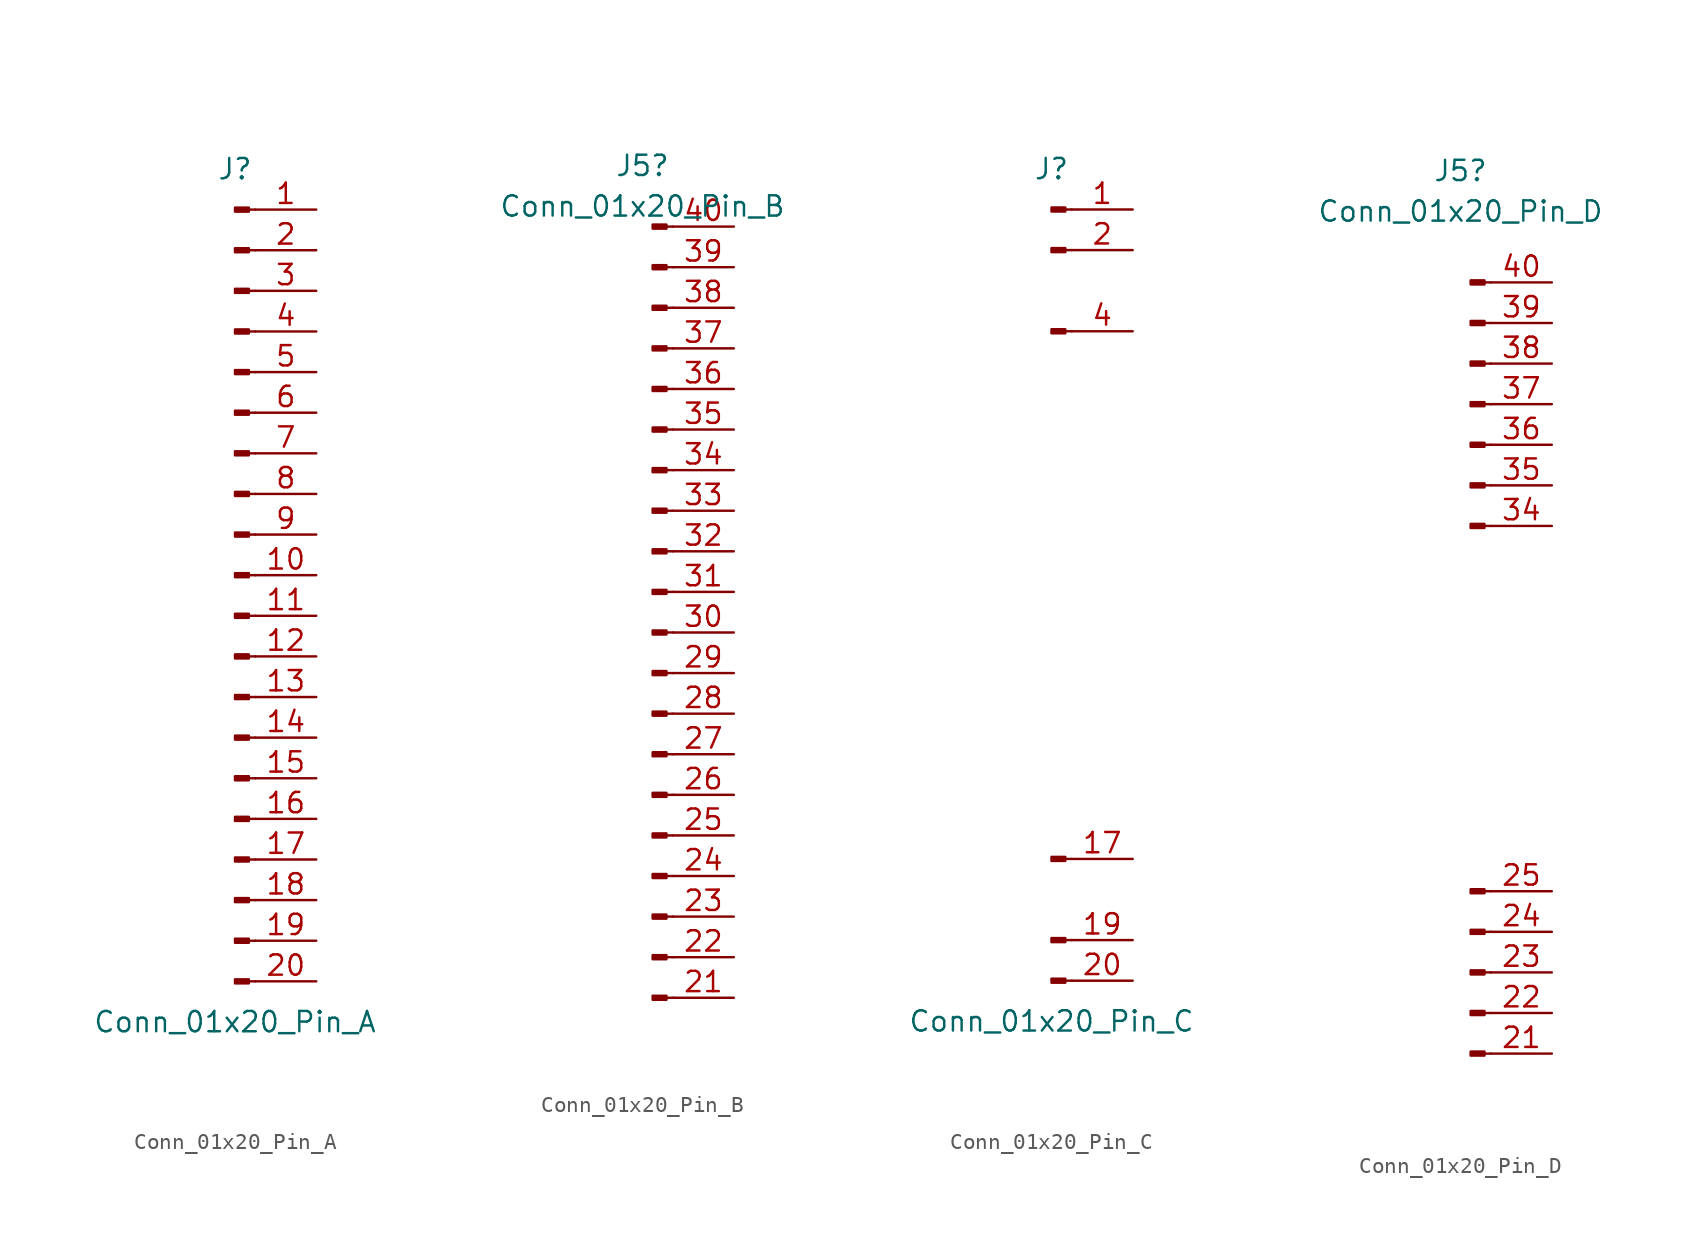
<source format=kicad_sym>
(kicad_symbol_lib
  (version 20220914)
  (generator kicad_symbol_editor)
  (symbol "Conn_01x20_Pin_A"
    (pin_names
      (offset 1.016) hide)
    (property "Reference" "J"
      (at 0 25.4 0)
      (effects (font (size 1.27 1.27))))
    (property "Value" "Conn_01x20_Pin_A"
      (at 0 -27.94 0)
      (effects (font (size 1.27 1.27))))
    (property "ki_locked" ""
      (at 0 0 0)
      (effects (font (size 1.27 1.27))))
    (symbol "Conn_01x20_Pin_A_1_1"
      (polyline (pts (xy 1.27 -25.4) (xy 0.864 -25.4)) (stroke (width 0.152) (type default)) (fill (type none)))
      (polyline (pts (xy 1.27 -22.86) (xy 0.864 -22.86)) (stroke (width 0.152) (type default)) (fill (type none)))
      (polyline (pts (xy 1.27 -20.32) (xy 0.864 -20.32)) (stroke (width 0.152) (type default)) (fill (type none)))
      (polyline (pts (xy 1.27 -17.78) (xy 0.864 -17.78)) (stroke (width 0.152) (type default)) (fill (type none)))
      (polyline (pts (xy 1.27 -15.24) (xy 0.864 -15.24)) (stroke (width 0.152) (type default)) (fill (type none)))
      (polyline (pts (xy 1.27 -12.7) (xy 0.864 -12.7)) (stroke (width 0.152) (type default)) (fill (type none)))
      (polyline (pts (xy 1.27 -10.16) (xy 0.864 -10.16)) (stroke (width 0.152) (type default)) (fill (type none)))
      (polyline (pts (xy 1.27 -7.62) (xy 0.864 -7.62)) (stroke (width 0.152) (type default)) (fill (type none)))
      (polyline (pts (xy 1.27 -5.08) (xy 0.864 -5.08)) (stroke (width 0.152) (type default)) (fill (type none)))
      (polyline (pts (xy 1.27 -2.54) (xy 0.864 -2.54)) (stroke (width 0.152) (type default)) (fill (type none)))
      (polyline (pts (xy 1.27 0) (xy 0.864 0)) (stroke (width 0.152) (type default)) (fill (type none)))
      (polyline (pts (xy 1.27 2.54) (xy 0.864 2.54)) (stroke (width 0.152) (type default)) (fill (type none)))
      (polyline (pts (xy 1.27 5.08) (xy 0.864 5.08)) (stroke (width 0.152) (type default)) (fill (type none)))
      (polyline (pts (xy 1.27 7.62) (xy 0.864 7.62)) (stroke (width 0.152) (type default)) (fill (type none)))
      (polyline (pts (xy 1.27 10.16) (xy 0.864 10.16)) (stroke (width 0.152) (type default)) (fill (type none)))
      (polyline (pts (xy 1.27 12.7) (xy 0.864 12.7)) (stroke (width 0.152) (type default)) (fill (type none)))
      (polyline (pts (xy 1.27 15.24) (xy 0.864 15.24)) (stroke (width 0.152) (type default)) (fill (type none)))
      (polyline (pts (xy 1.27 17.78) (xy 0.864 17.78)) (stroke (width 0.152) (type default)) (fill (type none)))
      (polyline (pts (xy 1.27 20.32) (xy 0.864 20.32)) (stroke (width 0.152) (type default)) (fill (type none)))
      (polyline (pts (xy 1.27 22.86) (xy 0.864 22.86)) (stroke (width 0.152) (type default)) (fill (type none)))
      (rectangle (start 0.864 -25.273) (end 0 -25.527) (stroke (width 0.152) (type default)) (fill (type outline)))
      (rectangle (start 0.864 -22.733) (end 0 -22.987) (stroke (width 0.152) (type default)) (fill (type outline)))
      (rectangle (start 0.864 -20.193) (end 0 -20.447) (stroke (width 0.152) (type default)) (fill (type outline)))
      (rectangle (start 0.864 -17.653) (end 0 -17.907) (stroke (width 0.152) (type default)) (fill (type outline)))
      (rectangle (start 0.864 -15.113) (end 0 -15.367) (stroke (width 0.152) (type default)) (fill (type outline)))
      (rectangle (start 0.864 -12.573) (end 0 -12.827) (stroke (width 0.152) (type default)) (fill (type outline)))
      (rectangle (start 0.864 -10.033) (end 0 -10.287) (stroke (width 0.152) (type default)) (fill (type outline)))
      (rectangle (start 0.864 -7.493) (end 0 -7.747) (stroke (width 0.152) (type default)) (fill (type outline)))
      (rectangle (start 0.864 -4.953) (end 0 -5.207) (stroke (width 0.152) (type default)) (fill (type outline)))
      (rectangle (start 0.864 -2.413) (end 0 -2.667) (stroke (width 0.152) (type default)) (fill (type outline)))
      (rectangle (start 0.864 0.127) (end 0 -0.127) (stroke (width 0.152) (type default)) (fill (type outline)))
      (rectangle (start 0.864 2.667) (end 0 2.413) (stroke (width 0.152) (type default)) (fill (type outline)))
      (rectangle (start 0.864 5.207) (end 0 4.953) (stroke (width 0.152) (type default)) (fill (type outline)))
      (rectangle (start 0.864 7.747) (end 0 7.493) (stroke (width 0.152) (type default)) (fill (type outline)))
      (rectangle (start 0.864 10.287) (end 0 10.033) (stroke (width 0.152) (type default)) (fill (type outline)))
      (rectangle (start 0.864 12.827) (end 0 12.573) (stroke (width 0.152) (type default)) (fill (type outline)))
      (rectangle (start 0.864 15.367) (end 0 15.113) (stroke (width 0.152) (type default)) (fill (type outline)))
      (rectangle (start 0.864 17.907) (end 0 17.653) (stroke (width 0.152) (type default)) (fill (type outline)))
      (rectangle (start 0.864 20.447) (end 0 20.193) (stroke (width 0.152) (type default)) (fill (type outline)))
      (rectangle (start 0.864 22.987) (end 0 22.733) (stroke (width 0.152) (type default)) (fill (type outline)))
      (pin passive line (at 5.08 22.86 180) (length 3.81) (name "Pin_1" (effects (font (size 1.27 1.27)))) (number "1" (effects (font (size 1.27 1.27)))))
      (pin passive line (at 5.08 0 180) (length 3.81) (name "Pin_10" (effects (font (size 1.27 1.27)))) (number "10" (effects (font (size 1.27 1.27)))))
      (pin passive line (at 5.08 -2.54 180) (length 3.81) (name "Pin_11" (effects (font (size 1.27 1.27)))) (number "11" (effects (font (size 1.27 1.27)))))
      (pin passive line (at 5.08 -5.08 180) (length 3.81) (name "Pin_12" (effects (font (size 1.27 1.27)))) (number "12" (effects (font (size 1.27 1.27)))))
      (pin passive line (at 5.08 -7.62 180) (length 3.81) (name "Pin_13" (effects (font (size 1.27 1.27)))) (number "13" (effects (font (size 1.27 1.27)))))
      (pin passive line (at 5.08 -10.16 180) (length 3.81) (name "Pin_14" (effects (font (size 1.27 1.27)))) (number "14" (effects (font (size 1.27 1.27)))))
      (pin passive line (at 5.08 -12.7 180) (length 3.81) (name "Pin_15" (effects (font (size 1.27 1.27)))) (number "15" (effects (font (size 1.27 1.27)))))
      (pin passive line (at 5.08 -15.24 180) (length 3.81) (name "Pin_16" (effects (font (size 1.27 1.27)))) (number "16" (effects (font (size 1.27 1.27)))))
      (pin passive line (at 5.08 -17.78 180) (length 3.81) (name "Pin_17" (effects (font (size 1.27 1.27)))) (number "17" (effects (font (size 1.27 1.27)))))
      (pin passive line (at 5.08 -20.32 180) (length 3.81) (name "Pin_18" (effects (font (size 1.27 1.27)))) (number "18" (effects (font (size 1.27 1.27)))))
      (pin passive line (at 5.08 -22.86 180) (length 3.81) (name "Pin_19" (effects (font (size 1.27 1.27)))) (number "19" (effects (font (size 1.27 1.27)))))
      (pin passive line (at 5.08 20.32 180) (length 3.81) (name "Pin_2" (effects (font (size 1.27 1.27)))) (number "2" (effects (font (size 1.27 1.27)))))
      (pin passive line (at 5.08 -25.4 180) (length 3.81) (name "Pin_20" (effects (font (size 1.27 1.27)))) (number "20" (effects (font (size 1.27 1.27)))))
      (pin passive line (at 5.08 17.78 180) (length 3.81) (name "Pin_3" (effects (font (size 1.27 1.27)))) (number "3" (effects (font (size 1.27 1.27)))))
      (pin passive line (at 5.08 15.24 180) (length 3.81) (name "Pin_4" (effects (font (size 1.27 1.27)))) (number "4" (effects (font (size 1.27 1.27)))))
      (pin passive line (at 5.08 12.7 180) (length 3.81) (name "Pin_5" (effects (font (size 1.27 1.27)))) (number "5" (effects (font (size 1.27 1.27)))))
      (pin passive line (at 5.08 10.16 180) (length 3.81) (name "Pin_6" (effects (font (size 1.27 1.27)))) (number "6" (effects (font (size 1.27 1.27)))))
      (pin passive line (at 5.08 7.62 180) (length 3.81) (name "Pin_7" (effects (font (size 1.27 1.27)))) (number "7" (effects (font (size 1.27 1.27)))))
      (pin passive line (at 5.08 5.08 180) (length 3.81) (name "Pin_8" (effects (font (size 1.27 1.27)))) (number "8" (effects (font (size 1.27 1.27)))))
      (pin passive line (at 5.08 2.54 180) (length 3.81) (name "Pin_9" (effects (font (size 1.27 1.27)))) (number "9" (effects (font (size 1.27 1.27)))))))
  (symbol "Conn_01x20_Pin_B"
    (pin_names
      (offset 1.016) hide)
    (property "Reference" "J5"
      (at -0.635 26.67 0)
      (effects (font (size 1.27 1.27))))
    (property "Value" "Conn_01x20_Pin_B"
      (at -0.635 24.13 0)
      (effects (font (size 1.27 1.27))))
    (property "ki_locked" ""
      (at 0 0 0)
      (effects (font (size 1.27 1.27))))
    (symbol "Conn_01x20_Pin_B_1_1"
      (polyline (pts (xy 1.27 -25.4) (xy 0.864 -25.4)) (stroke (width 0.152) (type default)) (fill (type none)))
      (polyline (pts (xy 1.27 -22.86) (xy 0.864 -22.86)) (stroke (width 0.152) (type default)) (fill (type none)))
      (polyline (pts (xy 1.27 -20.32) (xy 0.864 -20.32)) (stroke (width 0.152) (type default)) (fill (type none)))
      (polyline (pts (xy 1.27 -17.78) (xy 0.864 -17.78)) (stroke (width 0.152) (type default)) (fill (type none)))
      (polyline (pts (xy 1.27 -15.24) (xy 0.864 -15.24)) (stroke (width 0.152) (type default)) (fill (type none)))
      (polyline (pts (xy 1.27 -12.7) (xy 0.864 -12.7)) (stroke (width 0.152) (type default)) (fill (type none)))
      (polyline (pts (xy 1.27 -10.16) (xy 0.864 -10.16)) (stroke (width 0.152) (type default)) (fill (type none)))
      (polyline (pts (xy 1.27 -7.62) (xy 0.864 -7.62)) (stroke (width 0.152) (type default)) (fill (type none)))
      (polyline (pts (xy 1.27 -5.08) (xy 0.864 -5.08)) (stroke (width 0.152) (type default)) (fill (type none)))
      (polyline (pts (xy 1.27 -2.54) (xy 0.864 -2.54)) (stroke (width 0.152) (type default)) (fill (type none)))
      (polyline (pts (xy 1.27 0) (xy 0.864 0)) (stroke (width 0.152) (type default)) (fill (type none)))
      (polyline (pts (xy 1.27 2.54) (xy 0.864 2.54)) (stroke (width 0.152) (type default)) (fill (type none)))
      (polyline (pts (xy 1.27 5.08) (xy 0.864 5.08)) (stroke (width 0.152) (type default)) (fill (type none)))
      (polyline (pts (xy 1.27 7.62) (xy 0.864 7.62)) (stroke (width 0.152) (type default)) (fill (type none)))
      (polyline (pts (xy 1.27 10.16) (xy 0.864 10.16)) (stroke (width 0.152) (type default)) (fill (type none)))
      (polyline (pts (xy 1.27 12.7) (xy 0.864 12.7)) (stroke (width 0.152) (type default)) (fill (type none)))
      (polyline (pts (xy 1.27 15.24) (xy 0.864 15.24)) (stroke (width 0.152) (type default)) (fill (type none)))
      (polyline (pts (xy 1.27 17.78) (xy 0.864 17.78)) (stroke (width 0.152) (type default)) (fill (type none)))
      (polyline (pts (xy 1.27 20.32) (xy 0.864 20.32)) (stroke (width 0.152) (type default)) (fill (type none)))
      (polyline (pts (xy 1.27 22.86) (xy 0.864 22.86)) (stroke (width 0.152) (type default)) (fill (type none)))
      (rectangle (start 0.864 -25.273) (end 0 -25.527) (stroke (width 0.152) (type default)) (fill (type outline)))
      (rectangle (start 0.864 -22.733) (end 0 -22.987) (stroke (width 0.152) (type default)) (fill (type outline)))
      (rectangle (start 0.864 -20.193) (end 0 -20.447) (stroke (width 0.152) (type default)) (fill (type outline)))
      (rectangle (start 0.864 -17.653) (end 0 -17.907) (stroke (width 0.152) (type default)) (fill (type outline)))
      (rectangle (start 0.864 -15.113) (end 0 -15.367) (stroke (width 0.152) (type default)) (fill (type outline)))
      (rectangle (start 0.864 -12.573) (end 0 -12.827) (stroke (width 0.152) (type default)) (fill (type outline)))
      (rectangle (start 0.864 -10.033) (end 0 -10.287) (stroke (width 0.152) (type default)) (fill (type outline)))
      (rectangle (start 0.864 -7.493) (end 0 -7.747) (stroke (width 0.152) (type default)) (fill (type outline)))
      (rectangle (start 0.864 -4.953) (end 0 -5.207) (stroke (width 0.152) (type default)) (fill (type outline)))
      (rectangle (start 0.864 -2.413) (end 0 -2.667) (stroke (width 0.152) (type default)) (fill (type outline)))
      (rectangle (start 0.864 0.127) (end 0 -0.127) (stroke (width 0.152) (type default)) (fill (type outline)))
      (rectangle (start 0.864 2.667) (end 0 2.413) (stroke (width 0.152) (type default)) (fill (type outline)))
      (rectangle (start 0.864 5.207) (end 0 4.953) (stroke (width 0.152) (type default)) (fill (type outline)))
      (rectangle (start 0.864 7.747) (end 0 7.493) (stroke (width 0.152) (type default)) (fill (type outline)))
      (rectangle (start 0.864 10.287) (end 0 10.033) (stroke (width 0.152) (type default)) (fill (type outline)))
      (rectangle (start 0.864 12.827) (end 0 12.573) (stroke (width 0.152) (type default)) (fill (type outline)))
      (rectangle (start 0.864 15.367) (end 0 15.113) (stroke (width 0.152) (type default)) (fill (type outline)))
      (rectangle (start 0.864 17.907) (end 0 17.653) (stroke (width 0.152) (type default)) (fill (type outline)))
      (rectangle (start 0.864 20.447) (end 0 20.193) (stroke (width 0.152) (type default)) (fill (type outline)))
      (rectangle (start 0.864 22.987) (end 0 22.733) (stroke (width 0.152) (type default)) (fill (type outline)))
      (pin passive line (at 5.08 -25.4 180) (length 3.81) (name "Pin_21" (effects (font (size 1.27 1.27)))) (number "21" (effects (font (size 1.27 1.27)))))
      (pin passive line (at 5.08 -22.86 180) (length 3.81) (name "Pin_22" (effects (font (size 1.27 1.27)))) (number "22" (effects (font (size 1.27 1.27)))))
      (pin passive line (at 5.08 -20.32 180) (length 3.81) (name "Pin_23" (effects (font (size 1.27 1.27)))) (number "23" (effects (font (size 1.27 1.27)))))
      (pin passive line (at 5.08 -17.78 180) (length 3.81) (name "Pin_24" (effects (font (size 1.27 1.27)))) (number "24" (effects (font (size 1.27 1.27)))))
      (pin passive line (at 5.08 -15.24 180) (length 3.81) (name "Pin_25" (effects (font (size 1.27 1.27)))) (number "25" (effects (font (size 1.27 1.27)))))
      (pin passive line (at 5.08 -12.7 180) (length 3.81) (name "Pin_26" (effects (font (size 1.27 1.27)))) (number "26" (effects (font (size 1.27 1.27)))))
      (pin passive line (at 5.08 -10.16 180) (length 3.81) (name "Pin_27" (effects (font (size 1.27 1.27)))) (number "27" (effects (font (size 1.27 1.27)))))
      (pin passive line (at 5.08 -7.62 180) (length 3.81) (name "Pin_28" (effects (font (size 1.27 1.27)))) (number "28" (effects (font (size 1.27 1.27)))))
      (pin passive line (at 5.08 -5.08 180) (length 3.81) (name "Pin_29" (effects (font (size 1.27 1.27)))) (number "29" (effects (font (size 1.27 1.27)))))
      (pin passive line (at 5.08 -2.54 180) (length 3.81) (name "Pin_30" (effects (font (size 1.27 1.27)))) (number "30" (effects (font (size 1.27 1.27)))))
      (pin passive line (at 5.08 0 180) (length 3.81) (name "Pin_31" (effects (font (size 1.27 1.27)))) (number "31" (effects (font (size 1.27 1.27)))))
      (pin passive line (at 5.08 2.54 180) (length 3.81) (name "Pin_32" (effects (font (size 1.27 1.27)))) (number "32" (effects (font (size 1.27 1.27)))))
      (pin passive line (at 5.08 5.08 180) (length 3.81) (name "Pin_33" (effects (font (size 1.27 1.27)))) (number "33" (effects (font (size 1.27 1.27)))))
      (pin passive line (at 5.08 7.62 180) (length 3.81) (name "Pin_34" (effects (font (size 1.27 1.27)))) (number "34" (effects (font (size 1.27 1.27)))))
      (pin passive line (at 5.08 10.16 180) (length 3.81) (name "Pin_35" (effects (font (size 1.27 1.27)))) (number "35" (effects (font (size 1.27 1.27)))))
      (pin passive line (at 5.08 12.7 180) (length 3.81) (name "Pin_36" (effects (font (size 1.27 1.27)))) (number "36" (effects (font (size 1.27 1.27)))))
      (pin passive line (at 5.08 15.24 180) (length 3.81) (name "Pin_37" (effects (font (size 1.27 1.27)))) (number "37" (effects (font (size 1.27 1.27)))))
      (pin passive line (at 5.08 17.78 180) (length 3.81) (name "Pin_38" (effects (font (size 1.27 1.27)))) (number "38" (effects (font (size 1.27 1.27)))))
      (pin passive line (at 5.08 20.32 180) (length 3.81) (name "Pin_39" (effects (font (size 1.27 1.27)))) (number "39" (effects (font (size 1.27 1.27)))))
      (pin passive line (at 5.08 22.86 180) (length 3.81) (name "Pin_40" (effects (font (size 1.27 1.27)))) (number "40" (effects (font (size 1.27 1.27)))))))
  (symbol "Conn_01x20_Pin_C"
    (pin_names
      (offset 1.016) hide)
    (property "Reference" "J"
      (at 0 25.4 0)
      (effects (font (size 1.27 1.27))))
    (property "Value" "Conn_01x20_Pin_C"
      (at 0 -27.94 0)
      (effects (font (size 1.27 1.27))))
    (property "ki_locked" ""
      (at 0 0 0)
      (effects (font (size 1.27 1.27))))
    (symbol "Conn_01x20_Pin_C_1_1"
      (polyline (pts (xy 1.27 -25.4) (xy 0.864 -25.4)) (stroke (width 0.152) (type default)) (fill (type none)))
      (polyline (pts (xy 1.27 -22.86) (xy 0.864 -22.86)) (stroke (width 0.152) (type default)) (fill (type none)))
      (polyline (pts (xy 1.27 -17.78) (xy 0.864 -17.78)) (stroke (width 0.152) (type default)) (fill (type none)))
      (polyline (pts (xy 1.27 15.24) (xy 0.864 15.24)) (stroke (width 0.152) (type default)) (fill (type none)))
      (polyline (pts (xy 1.27 20.32) (xy 0.864 20.32)) (stroke (width 0.152) (type default)) (fill (type none)))
      (polyline (pts (xy 1.27 22.86) (xy 0.864 22.86)) (stroke (width 0.152) (type default)) (fill (type none)))
      (rectangle (start 0.864 -25.273) (end 0 -25.527) (stroke (width 0.152) (type default)) (fill (type outline)))
      (rectangle (start 0.864 -22.733) (end 0 -22.987) (stroke (width 0.152) (type default)) (fill (type outline)))
      (rectangle (start 0.864 -17.653) (end 0 -17.907) (stroke (width 0.152) (type default)) (fill (type outline)))
      (rectangle (start 0.864 15.367) (end 0 15.113) (stroke (width 0.152) (type default)) (fill (type outline)))
      (rectangle (start 0.864 20.447) (end 0 20.193) (stroke (width 0.152) (type default)) (fill (type outline)))
      (rectangle (start 0.864 22.987) (end 0 22.733) (stroke (width 0.152) (type default)) (fill (type outline)))
      (pin passive line (at 5.08 22.86 180) (length 3.81) (name "Pin_1" (effects (font (size 1.27 1.27)))) (number "1" (effects (font (size 1.27 1.27)))))
      (pin passive line (at 5.08 -17.78 180) (length 3.81) (name "Pin_17" (effects (font (size 1.27 1.27)))) (number "17" (effects (font (size 1.27 1.27)))))
      (pin passive line (at 5.08 -22.86 180) (length 3.81) (name "Pin_19" (effects (font (size 1.27 1.27)))) (number "19" (effects (font (size 1.27 1.27)))))
      (pin passive line (at 5.08 20.32 180) (length 3.81) (name "Pin_2" (effects (font (size 1.27 1.27)))) (number "2" (effects (font (size 1.27 1.27)))))
      (pin passive line (at 5.08 -25.4 180) (length 3.81) (name "Pin_20" (effects (font (size 1.27 1.27)))) (number "20" (effects (font (size 1.27 1.27)))))
      (pin passive line (at 5.08 15.24 180) (length 3.81) (name "Pin_4" (effects (font (size 1.27 1.27)))) (number "4" (effects (font (size 1.27 1.27)))))))
  (symbol "Conn_01x20_Pin_D"
    (pin_names
      (offset 1.016) hide)
    (property "Reference" "J5"
      (at -0.635 29.845 0)
      (effects (font (size 1.27 1.27))))
    (property "Value" "Conn_01x20_Pin_D"
      (at -0.635 27.305 0)
      (effects (font (size 1.27 1.27))))
    (property "ki_locked" ""
      (at 0 0 0)
      (effects (font (size 1.27 1.27))))
    (symbol "Conn_01x20_Pin_D_1_1"
      (polyline (pts (xy 1.27 -25.4) (xy 0.864 -25.4)) (stroke (width 0.152) (type default)) (fill (type none)))
      (polyline (pts (xy 1.27 -22.86) (xy 0.864 -22.86)) (stroke (width 0.152) (type default)) (fill (type none)))
      (polyline (pts (xy 1.27 -20.32) (xy 0.864 -20.32)) (stroke (width 0.152) (type default)) (fill (type none)))
      (polyline (pts (xy 1.27 -17.78) (xy 0.864 -17.78)) (stroke (width 0.152) (type default)) (fill (type none)))
      (polyline (pts (xy 1.27 -15.24) (xy 0.864 -15.24)) (stroke (width 0.152) (type default)) (fill (type none)))
      (polyline (pts (xy 1.27 7.62) (xy 0.864 7.62)) (stroke (width 0.152) (type default)) (fill (type none)))
      (polyline (pts (xy 1.27 10.16) (xy 0.864 10.16)) (stroke (width 0.152) (type default)) (fill (type none)))
      (polyline (pts (xy 1.27 12.7) (xy 0.864 12.7)) (stroke (width 0.152) (type default)) (fill (type none)))
      (polyline (pts (xy 1.27 15.24) (xy 0.864 15.24)) (stroke (width 0.152) (type default)) (fill (type none)))
      (polyline (pts (xy 1.27 17.78) (xy 0.864 17.78)) (stroke (width 0.152) (type default)) (fill (type none)))
      (polyline (pts (xy 1.27 20.32) (xy 0.864 20.32)) (stroke (width 0.152) (type default)) (fill (type none)))
      (polyline (pts (xy 1.27 22.86) (xy 0.864 22.86)) (stroke (width 0.152) (type default)) (fill (type none)))
      (rectangle (start 0.864 -25.273) (end 0 -25.527) (stroke (width 0.152) (type default)) (fill (type outline)))
      (rectangle (start 0.864 -22.733) (end 0 -22.987) (stroke (width 0.152) (type default)) (fill (type outline)))
      (rectangle (start 0.864 -20.193) (end 0 -20.447) (stroke (width 0.152) (type default)) (fill (type outline)))
      (rectangle (start 0.864 -17.653) (end 0 -17.907) (stroke (width 0.152) (type default)) (fill (type outline)))
      (rectangle (start 0.864 -15.113) (end 0 -15.367) (stroke (width 0.152) (type default)) (fill (type outline)))
      (rectangle (start 0.864 7.747) (end 0 7.493) (stroke (width 0.152) (type default)) (fill (type outline)))
      (rectangle (start 0.864 10.287) (end 0 10.033) (stroke (width 0.152) (type default)) (fill (type outline)))
      (rectangle (start 0.864 12.827) (end 0 12.573) (stroke (width 0.152) (type default)) (fill (type outline)))
      (rectangle (start 0.864 15.367) (end 0 15.113) (stroke (width 0.152) (type default)) (fill (type outline)))
      (rectangle (start 0.864 17.907) (end 0 17.653) (stroke (width 0.152) (type default)) (fill (type outline)))
      (rectangle (start 0.864 20.447) (end 0 20.193) (stroke (width 0.152) (type default)) (fill (type outline)))
      (rectangle (start 0.864 22.987) (end 0 22.733) (stroke (width 0.152) (type default)) (fill (type outline)))
      (pin passive line (at 5.08 -25.4 180) (length 3.81) (name "Pin_21" (effects (font (size 1.27 1.27)))) (number "21" (effects (font (size 1.27 1.27)))))
      (pin passive line (at 5.08 -22.86 180) (length 3.81) (name "Pin_22" (effects (font (size 1.27 1.27)))) (number "22" (effects (font (size 1.27 1.27)))))
      (pin passive line (at 5.08 -20.32 180) (length 3.81) (name "Pin_23" (effects (font (size 1.27 1.27)))) (number "23" (effects (font (size 1.27 1.27)))))
      (pin passive line (at 5.08 -17.78 180) (length 3.81) (name "Pin_24" (effects (font (size 1.27 1.27)))) (number "24" (effects (font (size 1.27 1.27)))))
      (pin passive line (at 5.08 -15.24 180) (length 3.81) (name "Pin_25" (effects (font (size 1.27 1.27)))) (number "25" (effects (font (size 1.27 1.27)))))
      (pin passive line (at 5.08 7.62 180) (length 3.81) (name "Pin_34" (effects (font (size 1.27 1.27)))) (number "34" (effects (font (size 1.27 1.27)))))
      (pin passive line (at 5.08 10.16 180) (length 3.81) (name "Pin_35" (effects (font (size 1.27 1.27)))) (number "35" (effects (font (size 1.27 1.27)))))
      (pin passive line (at 5.08 12.7 180) (length 3.81) (name "Pin_36" (effects (font (size 1.27 1.27)))) (number "36" (effects (font (size 1.27 1.27)))))
      (pin passive line (at 5.08 15.24 180) (length 3.81) (name "Pin_37" (effects (font (size 1.27 1.27)))) (number "37" (effects (font (size 1.27 1.27)))))
      (pin passive line (at 5.08 17.78 180) (length 3.81) (name "Pin_38" (effects (font (size 1.27 1.27)))) (number "38" (effects (font (size 1.27 1.27)))))
      (pin passive line (at 5.08 20.32 180) (length 3.81) (name "Pin_39" (effects (font (size 1.27 1.27)))) (number "39" (effects (font (size 1.27 1.27)))))
      (pin passive line (at 5.08 22.86 180) (length 3.81) (name "Pin_40" (effects (font (size 1.27 1.27)))) (number "40" (effects (font (size 1.27 1.27))))))))
</source>
